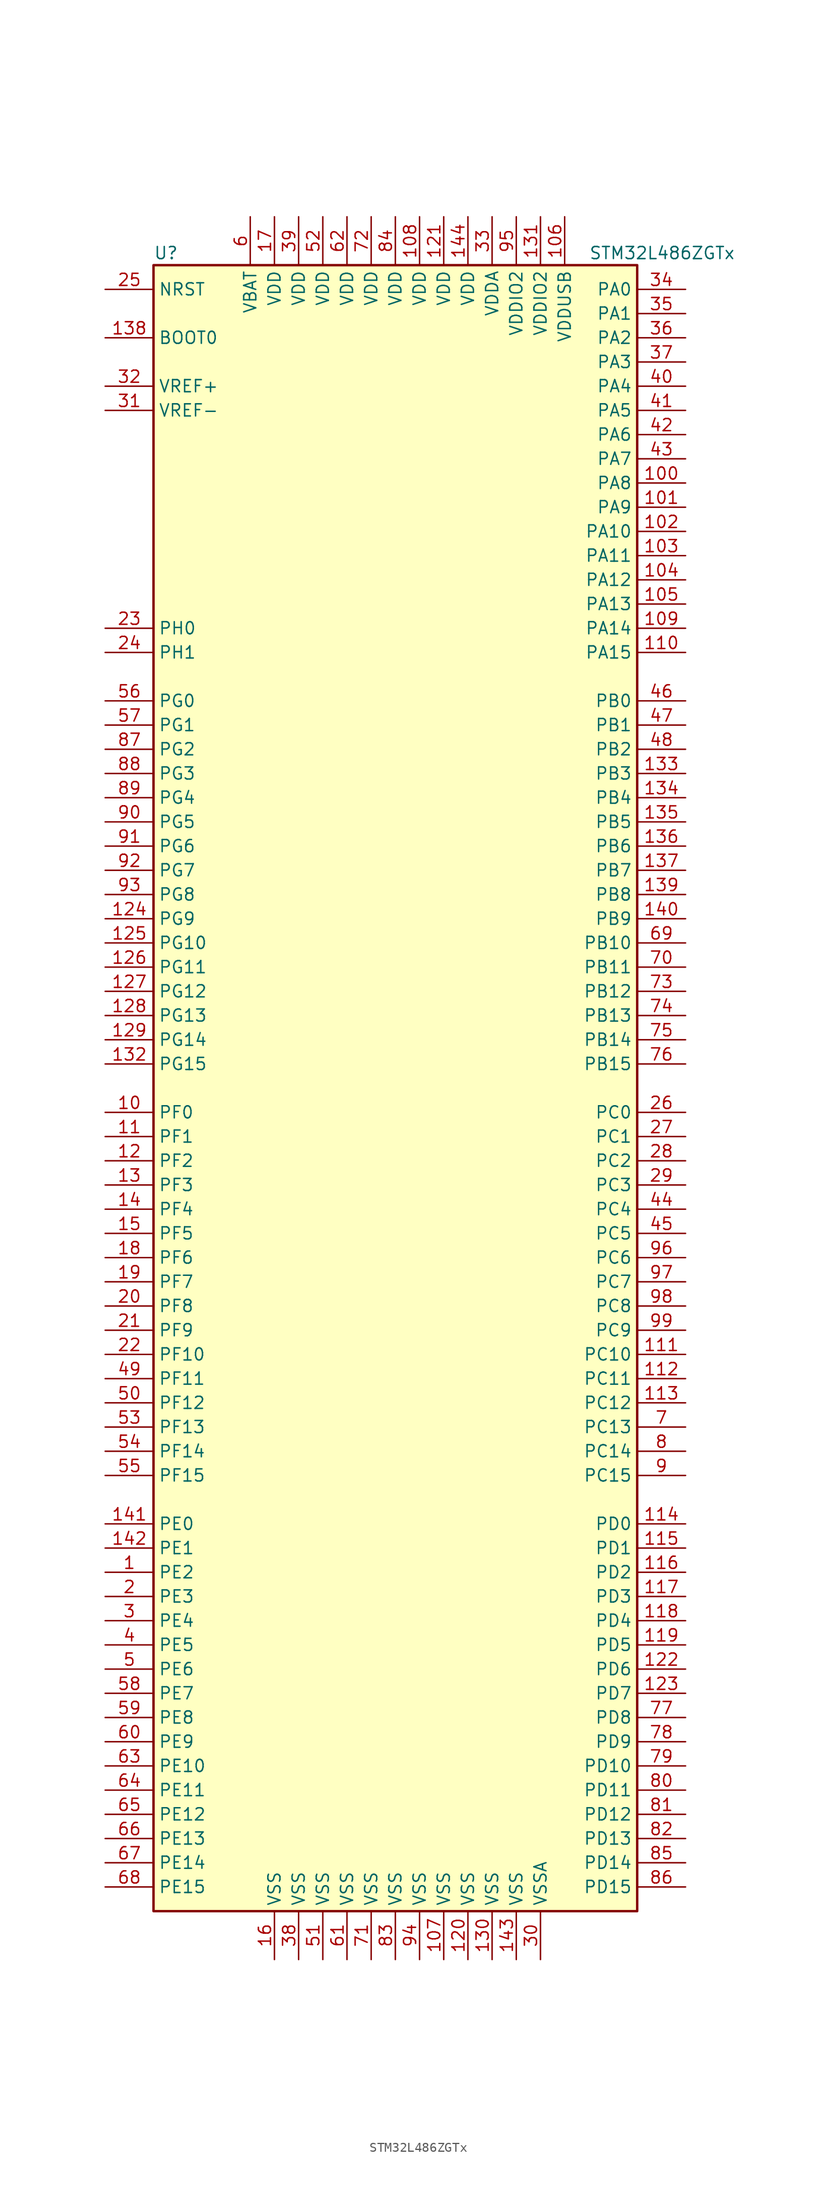
<source format=kicad_sym>
(kicad_symbol_lib
  (version 20220914)
  (generator kicad_symbol_editor)
  (symbol "STM32L486ZGTx"
    (property "Reference" "U"
      (at -25.4 87.63 0)
      (effects (font (size 1.27 1.27)) (justify left)))
    (property "Value" "STM32L486ZGTx"
      (at 20.32 87.63 0)
      (effects (font (size 1.27 1.27)) (justify left)))
    (symbol "STM32L486ZGTx_0_1"
      (rectangle (start -25.4 -86.36) (end 25.4 86.36) (stroke (width 0.254) (type default)) (fill (type background))))
    (symbol "STM32L486ZGTx_1_1"
      (pin bidirectional line (at -30.48 -50.8 0) (length 5.08) (name "PE2" (effects (font (size 1.27 1.27)))) (number "1" (effects (font (size 1.27 1.27)))))
      (pin bidirectional line (at -30.48 -2.54 0) (length 5.08) (name "PF0" (effects (font (size 1.27 1.27)))) (number "10" (effects (font (size 1.27 1.27)))))
      (pin bidirectional line (at 30.48 63.5 180) (length 5.08) (name "PA8" (effects (font (size 1.27 1.27)))) (number "100" (effects (font (size 1.27 1.27)))))
      (pin bidirectional line (at 30.48 60.96 180) (length 5.08) (name "PA9" (effects (font (size 1.27 1.27)))) (number "101" (effects (font (size 1.27 1.27)))))
      (pin bidirectional line (at 30.48 58.42 180) (length 5.08) (name "PA10" (effects (font (size 1.27 1.27)))) (number "102" (effects (font (size 1.27 1.27)))))
      (pin bidirectional line (at 30.48 55.88 180) (length 5.08) (name "PA11" (effects (font (size 1.27 1.27)))) (number "103" (effects (font (size 1.27 1.27)))))
      (pin bidirectional line (at 30.48 53.34 180) (length 5.08) (name "PA12" (effects (font (size 1.27 1.27)))) (number "104" (effects (font (size 1.27 1.27)))))
      (pin bidirectional line (at 30.48 50.8 180) (length 5.08) (name "PA13" (effects (font (size 1.27 1.27)))) (number "105" (effects (font (size 1.27 1.27)))))
      (pin power_in line (at 17.78 91.44 270) (length 5.08) (name "VDDUSB" (effects (font (size 1.27 1.27)))) (number "106" (effects (font (size 1.27 1.27)))))
      (pin power_in line (at 5.08 -91.44 90) (length 5.08) (name "VSS" (effects (font (size 1.27 1.27)))) (number "107" (effects (font (size 1.27 1.27)))))
      (pin power_in line (at 2.54 91.44 270) (length 5.08) (name "VDD" (effects (font (size 1.27 1.27)))) (number "108" (effects (font (size 1.27 1.27)))))
      (pin bidirectional line (at 30.48 48.26 180) (length 5.08) (name "PA14" (effects (font (size 1.27 1.27)))) (number "109" (effects (font (size 1.27 1.27)))))
      (pin bidirectional line (at -30.48 -5.08 0) (length 5.08) (name "PF1" (effects (font (size 1.27 1.27)))) (number "11" (effects (font (size 1.27 1.27)))))
      (pin bidirectional line (at 30.48 45.72 180) (length 5.08) (name "PA15" (effects (font (size 1.27 1.27)))) (number "110" (effects (font (size 1.27 1.27)))))
      (pin bidirectional line (at 30.48 -27.94 180) (length 5.08) (name "PC10" (effects (font (size 1.27 1.27)))) (number "111" (effects (font (size 1.27 1.27)))))
      (pin bidirectional line (at 30.48 -30.48 180) (length 5.08) (name "PC11" (effects (font (size 1.27 1.27)))) (number "112" (effects (font (size 1.27 1.27)))))
      (pin bidirectional line (at 30.48 -33.02 180) (length 5.08) (name "PC12" (effects (font (size 1.27 1.27)))) (number "113" (effects (font (size 1.27 1.27)))))
      (pin bidirectional line (at 30.48 -45.72 180) (length 5.08) (name "PD0" (effects (font (size 1.27 1.27)))) (number "114" (effects (font (size 1.27 1.27)))))
      (pin bidirectional line (at 30.48 -48.26 180) (length 5.08) (name "PD1" (effects (font (size 1.27 1.27)))) (number "115" (effects (font (size 1.27 1.27)))))
      (pin bidirectional line (at 30.48 -50.8 180) (length 5.08) (name "PD2" (effects (font (size 1.27 1.27)))) (number "116" (effects (font (size 1.27 1.27)))))
      (pin bidirectional line (at 30.48 -53.34 180) (length 5.08) (name "PD3" (effects (font (size 1.27 1.27)))) (number "117" (effects (font (size 1.27 1.27)))))
      (pin bidirectional line (at 30.48 -55.88 180) (length 5.08) (name "PD4" (effects (font (size 1.27 1.27)))) (number "118" (effects (font (size 1.27 1.27)))))
      (pin bidirectional line (at 30.48 -58.42 180) (length 5.08) (name "PD5" (effects (font (size 1.27 1.27)))) (number "119" (effects (font (size 1.27 1.27)))))
      (pin bidirectional line (at -30.48 -7.62 0) (length 5.08) (name "PF2" (effects (font (size 1.27 1.27)))) (number "12" (effects (font (size 1.27 1.27)))))
      (pin power_in line (at 7.62 -91.44 90) (length 5.08) (name "VSS" (effects (font (size 1.27 1.27)))) (number "120" (effects (font (size 1.27 1.27)))))
      (pin power_in line (at 5.08 91.44 270) (length 5.08) (name "VDD" (effects (font (size 1.27 1.27)))) (number "121" (effects (font (size 1.27 1.27)))))
      (pin bidirectional line (at 30.48 -60.96 180) (length 5.08) (name "PD6" (effects (font (size 1.27 1.27)))) (number "122" (effects (font (size 1.27 1.27)))))
      (pin bidirectional line (at 30.48 -63.5 180) (length 5.08) (name "PD7" (effects (font (size 1.27 1.27)))) (number "123" (effects (font (size 1.27 1.27)))))
      (pin bidirectional line (at -30.48 17.78 0) (length 5.08) (name "PG9" (effects (font (size 1.27 1.27)))) (number "124" (effects (font (size 1.27 1.27)))))
      (pin bidirectional line (at -30.48 15.24 0) (length 5.08) (name "PG10" (effects (font (size 1.27 1.27)))) (number "125" (effects (font (size 1.27 1.27)))))
      (pin bidirectional line (at -30.48 12.7 0) (length 5.08) (name "PG11" (effects (font (size 1.27 1.27)))) (number "126" (effects (font (size 1.27 1.27)))))
      (pin bidirectional line (at -30.48 10.16 0) (length 5.08) (name "PG12" (effects (font (size 1.27 1.27)))) (number "127" (effects (font (size 1.27 1.27)))))
      (pin bidirectional line (at -30.48 7.62 0) (length 5.08) (name "PG13" (effects (font (size 1.27 1.27)))) (number "128" (effects (font (size 1.27 1.27)))))
      (pin bidirectional line (at -30.48 5.08 0) (length 5.08) (name "PG14" (effects (font (size 1.27 1.27)))) (number "129" (effects (font (size 1.27 1.27)))))
      (pin bidirectional line (at -30.48 -10.16 0) (length 5.08) (name "PF3" (effects (font (size 1.27 1.27)))) (number "13" (effects (font (size 1.27 1.27)))))
      (pin power_in line (at 10.16 -91.44 90) (length 5.08) (name "VSS" (effects (font (size 1.27 1.27)))) (number "130" (effects (font (size 1.27 1.27)))))
      (pin power_in line (at 15.24 91.44 270) (length 5.08) (name "VDDIO2" (effects (font (size 1.27 1.27)))) (number "131" (effects (font (size 1.27 1.27)))))
      (pin bidirectional line (at -30.48 2.54 0) (length 5.08) (name "PG15" (effects (font (size 1.27 1.27)))) (number "132" (effects (font (size 1.27 1.27)))))
      (pin bidirectional line (at 30.48 33.02 180) (length 5.08) (name "PB3" (effects (font (size 1.27 1.27)))) (number "133" (effects (font (size 1.27 1.27)))))
      (pin bidirectional line (at 30.48 30.48 180) (length 5.08) (name "PB4" (effects (font (size 1.27 1.27)))) (number "134" (effects (font (size 1.27 1.27)))))
      (pin bidirectional line (at 30.48 27.94 180) (length 5.08) (name "PB5" (effects (font (size 1.27 1.27)))) (number "135" (effects (font (size 1.27 1.27)))))
      (pin bidirectional line (at 30.48 25.4 180) (length 5.08) (name "PB6" (effects (font (size 1.27 1.27)))) (number "136" (effects (font (size 1.27 1.27)))))
      (pin bidirectional line (at 30.48 22.86 180) (length 5.08) (name "PB7" (effects (font (size 1.27 1.27)))) (number "137" (effects (font (size 1.27 1.27)))))
      (pin input line (at -30.48 78.74 0) (length 5.08) (name "BOOT0" (effects (font (size 1.27 1.27)))) (number "138" (effects (font (size 1.27 1.27)))))
      (pin bidirectional line (at 30.48 20.32 180) (length 5.08) (name "PB8" (effects (font (size 1.27 1.27)))) (number "139" (effects (font (size 1.27 1.27)))))
      (pin bidirectional line (at -30.48 -12.7 0) (length 5.08) (name "PF4" (effects (font (size 1.27 1.27)))) (number "14" (effects (font (size 1.27 1.27)))))
      (pin bidirectional line (at 30.48 17.78 180) (length 5.08) (name "PB9" (effects (font (size 1.27 1.27)))) (number "140" (effects (font (size 1.27 1.27)))))
      (pin bidirectional line (at -30.48 -45.72 0) (length 5.08) (name "PE0" (effects (font (size 1.27 1.27)))) (number "141" (effects (font (size 1.27 1.27)))))
      (pin bidirectional line (at -30.48 -48.26 0) (length 5.08) (name "PE1" (effects (font (size 1.27 1.27)))) (number "142" (effects (font (size 1.27 1.27)))))
      (pin power_in line (at 12.7 -91.44 90) (length 5.08) (name "VSS" (effects (font (size 1.27 1.27)))) (number "143" (effects (font (size 1.27 1.27)))))
      (pin power_in line (at 7.62 91.44 270) (length 5.08) (name "VDD" (effects (font (size 1.27 1.27)))) (number "144" (effects (font (size 1.27 1.27)))))
      (pin bidirectional line (at -30.48 -15.24 0) (length 5.08) (name "PF5" (effects (font (size 1.27 1.27)))) (number "15" (effects (font (size 1.27 1.27)))))
      (pin power_in line (at -12.7 -91.44 90) (length 5.08) (name "VSS" (effects (font (size 1.27 1.27)))) (number "16" (effects (font (size 1.27 1.27)))))
      (pin power_in line (at -12.7 91.44 270) (length 5.08) (name "VDD" (effects (font (size 1.27 1.27)))) (number "17" (effects (font (size 1.27 1.27)))))
      (pin bidirectional line (at -30.48 -17.78 0) (length 5.08) (name "PF6" (effects (font (size 1.27 1.27)))) (number "18" (effects (font (size 1.27 1.27)))))
      (pin bidirectional line (at -30.48 -20.32 0) (length 5.08) (name "PF7" (effects (font (size 1.27 1.27)))) (number "19" (effects (font (size 1.27 1.27)))))
      (pin bidirectional line (at -30.48 -53.34 0) (length 5.08) (name "PE3" (effects (font (size 1.27 1.27)))) (number "2" (effects (font (size 1.27 1.27)))))
      (pin bidirectional line (at -30.48 -22.86 0) (length 5.08) (name "PF8" (effects (font (size 1.27 1.27)))) (number "20" (effects (font (size 1.27 1.27)))))
      (pin bidirectional line (at -30.48 -25.4 0) (length 5.08) (name "PF9" (effects (font (size 1.27 1.27)))) (number "21" (effects (font (size 1.27 1.27)))))
      (pin bidirectional line (at -30.48 -27.94 0) (length 5.08) (name "PF10" (effects (font (size 1.27 1.27)))) (number "22" (effects (font (size 1.27 1.27)))))
      (pin input line (at -30.48 48.26 0) (length 5.08) (name "PH0" (effects (font (size 1.27 1.27)))) (number "23" (effects (font (size 1.27 1.27)))))
      (pin input line (at -30.48 45.72 0) (length 5.08) (name "PH1" (effects (font (size 1.27 1.27)))) (number "24" (effects (font (size 1.27 1.27)))))
      (pin input line (at -30.48 83.82 0) (length 5.08) (name "NRST" (effects (font (size 1.27 1.27)))) (number "25" (effects (font (size 1.27 1.27)))))
      (pin bidirectional line (at 30.48 -2.54 180) (length 5.08) (name "PC0" (effects (font (size 1.27 1.27)))) (number "26" (effects (font (size 1.27 1.27)))))
      (pin bidirectional line (at 30.48 -5.08 180) (length 5.08) (name "PC1" (effects (font (size 1.27 1.27)))) (number "27" (effects (font (size 1.27 1.27)))))
      (pin bidirectional line (at 30.48 -7.62 180) (length 5.08) (name "PC2" (effects (font (size 1.27 1.27)))) (number "28" (effects (font (size 1.27 1.27)))))
      (pin bidirectional line (at 30.48 -10.16 180) (length 5.08) (name "PC3" (effects (font (size 1.27 1.27)))) (number "29" (effects (font (size 1.27 1.27)))))
      (pin bidirectional line (at -30.48 -55.88 0) (length 5.08) (name "PE4" (effects (font (size 1.27 1.27)))) (number "3" (effects (font (size 1.27 1.27)))))
      (pin power_in line (at 15.24 -91.44 90) (length 5.08) (name "VSSA" (effects (font (size 1.27 1.27)))) (number "30" (effects (font (size 1.27 1.27)))))
      (pin power_in line (at -30.48 71.12 0) (length 5.08) (name "VREF-" (effects (font (size 1.27 1.27)))) (number "31" (effects (font (size 1.27 1.27)))))
      (pin bidirectional line (at -30.48 73.66 0) (length 5.08) (name "VREF+" (effects (font (size 1.27 1.27)))) (number "32" (effects (font (size 1.27 1.27)))))
      (pin power_in line (at 10.16 91.44 270) (length 5.08) (name "VDDA" (effects (font (size 1.27 1.27)))) (number "33" (effects (font (size 1.27 1.27)))))
      (pin bidirectional line (at 30.48 83.82 180) (length 5.08) (name "PA0" (effects (font (size 1.27 1.27)))) (number "34" (effects (font (size 1.27 1.27)))))
      (pin bidirectional line (at 30.48 81.28 180) (length 5.08) (name "PA1" (effects (font (size 1.27 1.27)))) (number "35" (effects (font (size 1.27 1.27)))))
      (pin bidirectional line (at 30.48 78.74 180) (length 5.08) (name "PA2" (effects (font (size 1.27 1.27)))) (number "36" (effects (font (size 1.27 1.27)))))
      (pin bidirectional line (at 30.48 76.2 180) (length 5.08) (name "PA3" (effects (font (size 1.27 1.27)))) (number "37" (effects (font (size 1.27 1.27)))))
      (pin power_in line (at -10.16 -91.44 90) (length 5.08) (name "VSS" (effects (font (size 1.27 1.27)))) (number "38" (effects (font (size 1.27 1.27)))))
      (pin power_in line (at -10.16 91.44 270) (length 5.08) (name "VDD" (effects (font (size 1.27 1.27)))) (number "39" (effects (font (size 1.27 1.27)))))
      (pin bidirectional line (at -30.48 -58.42 0) (length 5.08) (name "PE5" (effects (font (size 1.27 1.27)))) (number "4" (effects (font (size 1.27 1.27)))))
      (pin bidirectional line (at 30.48 73.66 180) (length 5.08) (name "PA4" (effects (font (size 1.27 1.27)))) (number "40" (effects (font (size 1.27 1.27)))))
      (pin bidirectional line (at 30.48 71.12 180) (length 5.08) (name "PA5" (effects (font (size 1.27 1.27)))) (number "41" (effects (font (size 1.27 1.27)))))
      (pin bidirectional line (at 30.48 68.58 180) (length 5.08) (name "PA6" (effects (font (size 1.27 1.27)))) (number "42" (effects (font (size 1.27 1.27)))))
      (pin bidirectional line (at 30.48 66.04 180) (length 5.08) (name "PA7" (effects (font (size 1.27 1.27)))) (number "43" (effects (font (size 1.27 1.27)))))
      (pin bidirectional line (at 30.48 -12.7 180) (length 5.08) (name "PC4" (effects (font (size 1.27 1.27)))) (number "44" (effects (font (size 1.27 1.27)))))
      (pin bidirectional line (at 30.48 -15.24 180) (length 5.08) (name "PC5" (effects (font (size 1.27 1.27)))) (number "45" (effects (font (size 1.27 1.27)))))
      (pin bidirectional line (at 30.48 40.64 180) (length 5.08) (name "PB0" (effects (font (size 1.27 1.27)))) (number "46" (effects (font (size 1.27 1.27)))))
      (pin bidirectional line (at 30.48 38.1 180) (length 5.08) (name "PB1" (effects (font (size 1.27 1.27)))) (number "47" (effects (font (size 1.27 1.27)))))
      (pin bidirectional line (at 30.48 35.56 180) (length 5.08) (name "PB2" (effects (font (size 1.27 1.27)))) (number "48" (effects (font (size 1.27 1.27)))))
      (pin bidirectional line (at -30.48 -30.48 0) (length 5.08) (name "PF11" (effects (font (size 1.27 1.27)))) (number "49" (effects (font (size 1.27 1.27)))))
      (pin bidirectional line (at -30.48 -60.96 0) (length 5.08) (name "PE6" (effects (font (size 1.27 1.27)))) (number "5" (effects (font (size 1.27 1.27)))))
      (pin bidirectional line (at -30.48 -33.02 0) (length 5.08) (name "PF12" (effects (font (size 1.27 1.27)))) (number "50" (effects (font (size 1.27 1.27)))))
      (pin power_in line (at -7.62 -91.44 90) (length 5.08) (name "VSS" (effects (font (size 1.27 1.27)))) (number "51" (effects (font (size 1.27 1.27)))))
      (pin power_in line (at -7.62 91.44 270) (length 5.08) (name "VDD" (effects (font (size 1.27 1.27)))) (number "52" (effects (font (size 1.27 1.27)))))
      (pin bidirectional line (at -30.48 -35.56 0) (length 5.08) (name "PF13" (effects (font (size 1.27 1.27)))) (number "53" (effects (font (size 1.27 1.27)))))
      (pin bidirectional line (at -30.48 -38.1 0) (length 5.08) (name "PF14" (effects (font (size 1.27 1.27)))) (number "54" (effects (font (size 1.27 1.27)))))
      (pin bidirectional line (at -30.48 -40.64 0) (length 5.08) (name "PF15" (effects (font (size 1.27 1.27)))) (number "55" (effects (font (size 1.27 1.27)))))
      (pin bidirectional line (at -30.48 40.64 0) (length 5.08) (name "PG0" (effects (font (size 1.27 1.27)))) (number "56" (effects (font (size 1.27 1.27)))))
      (pin bidirectional line (at -30.48 38.1 0) (length 5.08) (name "PG1" (effects (font (size 1.27 1.27)))) (number "57" (effects (font (size 1.27 1.27)))))
      (pin bidirectional line (at -30.48 -63.5 0) (length 5.08) (name "PE7" (effects (font (size 1.27 1.27)))) (number "58" (effects (font (size 1.27 1.27)))))
      (pin bidirectional line (at -30.48 -66.04 0) (length 5.08) (name "PE8" (effects (font (size 1.27 1.27)))) (number "59" (effects (font (size 1.27 1.27)))))
      (pin power_in line (at -15.24 91.44 270) (length 5.08) (name "VBAT" (effects (font (size 1.27 1.27)))) (number "6" (effects (font (size 1.27 1.27)))))
      (pin bidirectional line (at -30.48 -68.58 0) (length 5.08) (name "PE9" (effects (font (size 1.27 1.27)))) (number "60" (effects (font (size 1.27 1.27)))))
      (pin power_in line (at -5.08 -91.44 90) (length 5.08) (name "VSS" (effects (font (size 1.27 1.27)))) (number "61" (effects (font (size 1.27 1.27)))))
      (pin power_in line (at -5.08 91.44 270) (length 5.08) (name "VDD" (effects (font (size 1.27 1.27)))) (number "62" (effects (font (size 1.27 1.27)))))
      (pin bidirectional line (at -30.48 -71.12 0) (length 5.08) (name "PE10" (effects (font (size 1.27 1.27)))) (number "63" (effects (font (size 1.27 1.27)))))
      (pin bidirectional line (at -30.48 -73.66 0) (length 5.08) (name "PE11" (effects (font (size 1.27 1.27)))) (number "64" (effects (font (size 1.27 1.27)))))
      (pin bidirectional line (at -30.48 -76.2 0) (length 5.08) (name "PE12" (effects (font (size 1.27 1.27)))) (number "65" (effects (font (size 1.27 1.27)))))
      (pin bidirectional line (at -30.48 -78.74 0) (length 5.08) (name "PE13" (effects (font (size 1.27 1.27)))) (number "66" (effects (font (size 1.27 1.27)))))
      (pin bidirectional line (at -30.48 -81.28 0) (length 5.08) (name "PE14" (effects (font (size 1.27 1.27)))) (number "67" (effects (font (size 1.27 1.27)))))
      (pin bidirectional line (at -30.48 -83.82 0) (length 5.08) (name "PE15" (effects (font (size 1.27 1.27)))) (number "68" (effects (font (size 1.27 1.27)))))
      (pin bidirectional line (at 30.48 15.24 180) (length 5.08) (name "PB10" (effects (font (size 1.27 1.27)))) (number "69" (effects (font (size 1.27 1.27)))))
      (pin bidirectional line (at 30.48 -35.56 180) (length 5.08) (name "PC13" (effects (font (size 1.27 1.27)))) (number "7" (effects (font (size 1.27 1.27)))))
      (pin bidirectional line (at 30.48 12.7 180) (length 5.08) (name "PB11" (effects (font (size 1.27 1.27)))) (number "70" (effects (font (size 1.27 1.27)))))
      (pin power_in line (at -2.54 -91.44 90) (length 5.08) (name "VSS" (effects (font (size 1.27 1.27)))) (number "71" (effects (font (size 1.27 1.27)))))
      (pin power_in line (at -2.54 91.44 270) (length 5.08) (name "VDD" (effects (font (size 1.27 1.27)))) (number "72" (effects (font (size 1.27 1.27)))))
      (pin bidirectional line (at 30.48 10.16 180) (length 5.08) (name "PB12" (effects (font (size 1.27 1.27)))) (number "73" (effects (font (size 1.27 1.27)))))
      (pin bidirectional line (at 30.48 7.62 180) (length 5.08) (name "PB13" (effects (font (size 1.27 1.27)))) (number "74" (effects (font (size 1.27 1.27)))))
      (pin bidirectional line (at 30.48 5.08 180) (length 5.08) (name "PB14" (effects (font (size 1.27 1.27)))) (number "75" (effects (font (size 1.27 1.27)))))
      (pin bidirectional line (at 30.48 2.54 180) (length 5.08) (name "PB15" (effects (font (size 1.27 1.27)))) (number "76" (effects (font (size 1.27 1.27)))))
      (pin bidirectional line (at 30.48 -66.04 180) (length 5.08) (name "PD8" (effects (font (size 1.27 1.27)))) (number "77" (effects (font (size 1.27 1.27)))))
      (pin bidirectional line (at 30.48 -68.58 180) (length 5.08) (name "PD9" (effects (font (size 1.27 1.27)))) (number "78" (effects (font (size 1.27 1.27)))))
      (pin bidirectional line (at 30.48 -71.12 180) (length 5.08) (name "PD10" (effects (font (size 1.27 1.27)))) (number "79" (effects (font (size 1.27 1.27)))))
      (pin bidirectional line (at 30.48 -38.1 180) (length 5.08) (name "PC14" (effects (font (size 1.27 1.27)))) (number "8" (effects (font (size 1.27 1.27)))))
      (pin bidirectional line (at 30.48 -73.66 180) (length 5.08) (name "PD11" (effects (font (size 1.27 1.27)))) (number "80" (effects (font (size 1.27 1.27)))))
      (pin bidirectional line (at 30.48 -76.2 180) (length 5.08) (name "PD12" (effects (font (size 1.27 1.27)))) (number "81" (effects (font (size 1.27 1.27)))))
      (pin bidirectional line (at 30.48 -78.74 180) (length 5.08) (name "PD13" (effects (font (size 1.27 1.27)))) (number "82" (effects (font (size 1.27 1.27)))))
      (pin power_in line (at 0 -91.44 90) (length 5.08) (name "VSS" (effects (font (size 1.27 1.27)))) (number "83" (effects (font (size 1.27 1.27)))))
      (pin power_in line (at 0 91.44 270) (length 5.08) (name "VDD" (effects (font (size 1.27 1.27)))) (number "84" (effects (font (size 1.27 1.27)))))
      (pin bidirectional line (at 30.48 -81.28 180) (length 5.08) (name "PD14" (effects (font (size 1.27 1.27)))) (number "85" (effects (font (size 1.27 1.27)))))
      (pin bidirectional line (at 30.48 -83.82 180) (length 5.08) (name "PD15" (effects (font (size 1.27 1.27)))) (number "86" (effects (font (size 1.27 1.27)))))
      (pin bidirectional line (at -30.48 35.56 0) (length 5.08) (name "PG2" (effects (font (size 1.27 1.27)))) (number "87" (effects (font (size 1.27 1.27)))))
      (pin bidirectional line (at -30.48 33.02 0) (length 5.08) (name "PG3" (effects (font (size 1.27 1.27)))) (number "88" (effects (font (size 1.27 1.27)))))
      (pin bidirectional line (at -30.48 30.48 0) (length 5.08) (name "PG4" (effects (font (size 1.27 1.27)))) (number "89" (effects (font (size 1.27 1.27)))))
      (pin bidirectional line (at 30.48 -40.64 180) (length 5.08) (name "PC15" (effects (font (size 1.27 1.27)))) (number "9" (effects (font (size 1.27 1.27)))))
      (pin bidirectional line (at -30.48 27.94 0) (length 5.08) (name "PG5" (effects (font (size 1.27 1.27)))) (number "90" (effects (font (size 1.27 1.27)))))
      (pin bidirectional line (at -30.48 25.4 0) (length 5.08) (name "PG6" (effects (font (size 1.27 1.27)))) (number "91" (effects (font (size 1.27 1.27)))))
      (pin bidirectional line (at -30.48 22.86 0) (length 5.08) (name "PG7" (effects (font (size 1.27 1.27)))) (number "92" (effects (font (size 1.27 1.27)))))
      (pin bidirectional line (at -30.48 20.32 0) (length 5.08) (name "PG8" (effects (font (size 1.27 1.27)))) (number "93" (effects (font (size 1.27 1.27)))))
      (pin power_in line (at 2.54 -91.44 90) (length 5.08) (name "VSS" (effects (font (size 1.27 1.27)))) (number "94" (effects (font (size 1.27 1.27)))))
      (pin power_in line (at 12.7 91.44 270) (length 5.08) (name "VDDIO2" (effects (font (size 1.27 1.27)))) (number "95" (effects (font (size 1.27 1.27)))))
      (pin bidirectional line (at 30.48 -17.78 180) (length 5.08) (name "PC6" (effects (font (size 1.27 1.27)))) (number "96" (effects (font (size 1.27 1.27)))))
      (pin bidirectional line (at 30.48 -20.32 180) (length 5.08) (name "PC7" (effects (font (size 1.27 1.27)))) (number "97" (effects (font (size 1.27 1.27)))))
      (pin bidirectional line (at 30.48 -22.86 180) (length 5.08) (name "PC8" (effects (font (size 1.27 1.27)))) (number "98" (effects (font (size 1.27 1.27)))))
      (pin bidirectional line (at 30.48 -25.4 180) (length 5.08) (name "PC9" (effects (font (size 1.27 1.27)))) (number "99" (effects (font (size 1.27 1.27))))))))
</source>
